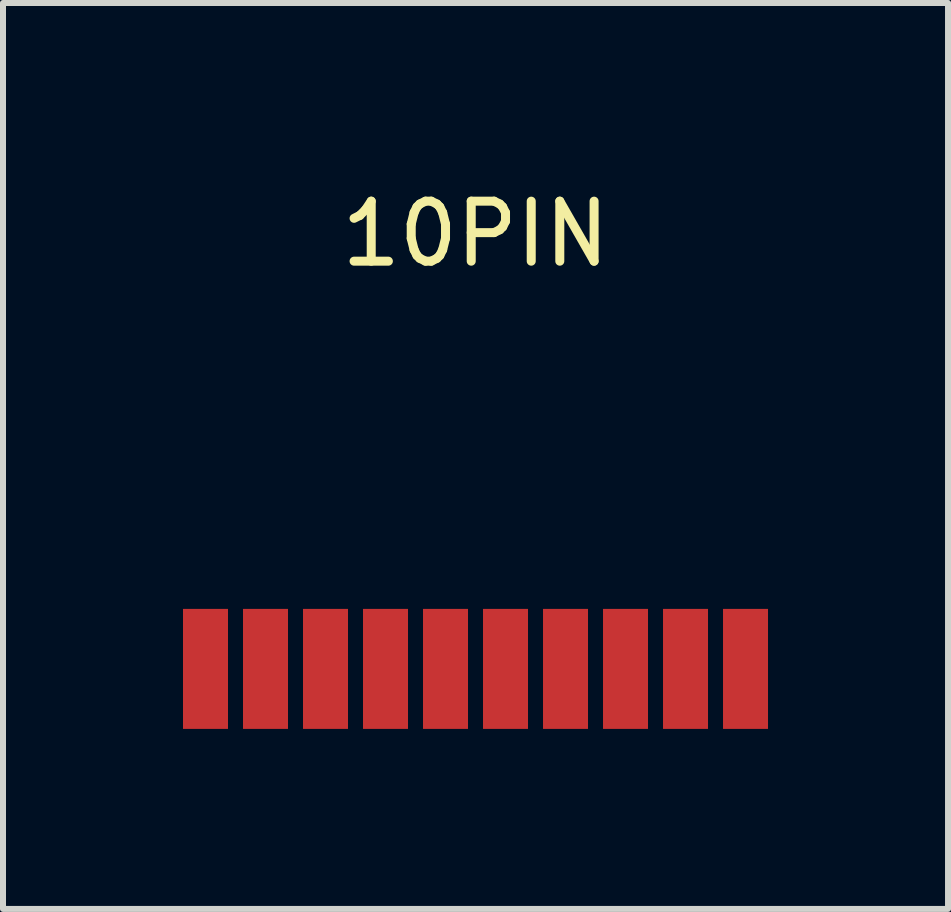
<source format=kicad_pcb>
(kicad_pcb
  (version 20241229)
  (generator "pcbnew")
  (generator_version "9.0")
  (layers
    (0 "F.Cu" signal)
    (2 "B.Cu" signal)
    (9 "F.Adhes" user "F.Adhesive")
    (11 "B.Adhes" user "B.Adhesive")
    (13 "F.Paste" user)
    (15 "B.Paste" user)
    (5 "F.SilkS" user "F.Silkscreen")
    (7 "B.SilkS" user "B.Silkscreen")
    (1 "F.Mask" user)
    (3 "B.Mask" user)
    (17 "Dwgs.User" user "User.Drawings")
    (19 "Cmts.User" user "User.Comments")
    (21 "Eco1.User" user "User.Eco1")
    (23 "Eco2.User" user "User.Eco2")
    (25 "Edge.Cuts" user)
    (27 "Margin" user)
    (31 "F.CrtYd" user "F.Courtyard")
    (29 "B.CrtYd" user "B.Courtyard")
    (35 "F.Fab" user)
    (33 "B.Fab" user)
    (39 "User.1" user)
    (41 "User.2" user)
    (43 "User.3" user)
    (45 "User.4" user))
  (footprint "10PIN"
    (layer "F.Cu")
    (at 4.875 8.098)
    (property "Reference" "10PIN" (at 0 -7.25 0) (layer "F.SilkS") (effects (font (size 1 1) (thickness 0.15))))
    (attr through_hole)
    (pad "1" smd rect (at -4.5 0) (size 0.75 2) (layers "F.Cu" "F.Mask" "F.Paste"))
    (pad "2" smd rect (at -3.5 0) (size 0.75 2) (layers "F.Cu" "F.Mask" "F.Paste"))
    (pad "3" smd rect (at -2.5 0) (size 0.75 2) (layers "F.Cu" "F.Mask" "F.Paste"))
    (pad "4" smd rect (at -1.5 0) (size 0.75 2) (layers "F.Cu" "F.Mask" "F.Paste"))
    (pad "5" smd rect (at -0.5 0) (size 0.75 2) (layers "F.Cu" "F.Mask" "F.Paste"))
    (pad "6" smd rect (at 0.5 0) (size 0.75 2) (layers "F.Cu" "F.Mask" "F.Paste"))
    (pad "7" smd rect (at 1.5 0) (size 0.75 2) (layers "F.Cu" "F.Mask" "F.Paste"))
    (pad "8" smd rect (at 2.5 0) (size 0.75 2) (layers "F.Cu" "F.Mask" "F.Paste"))
    (pad "9" smd rect (at 3.5 0) (size 0.75 2) (layers "F.Cu" "F.Mask" "F.Paste"))
    (pad "10" smd rect (at 4.5 0) (size 0.75 2) (layers "F.Cu" "F.Mask" "F.Paste")))
  (gr_rect
    (start -3 -3)
    (end 12.75 12.098)
    (stroke (width 0.1) (type default))
    (fill no)
    (layer "Edge.Cuts")))
</source>
